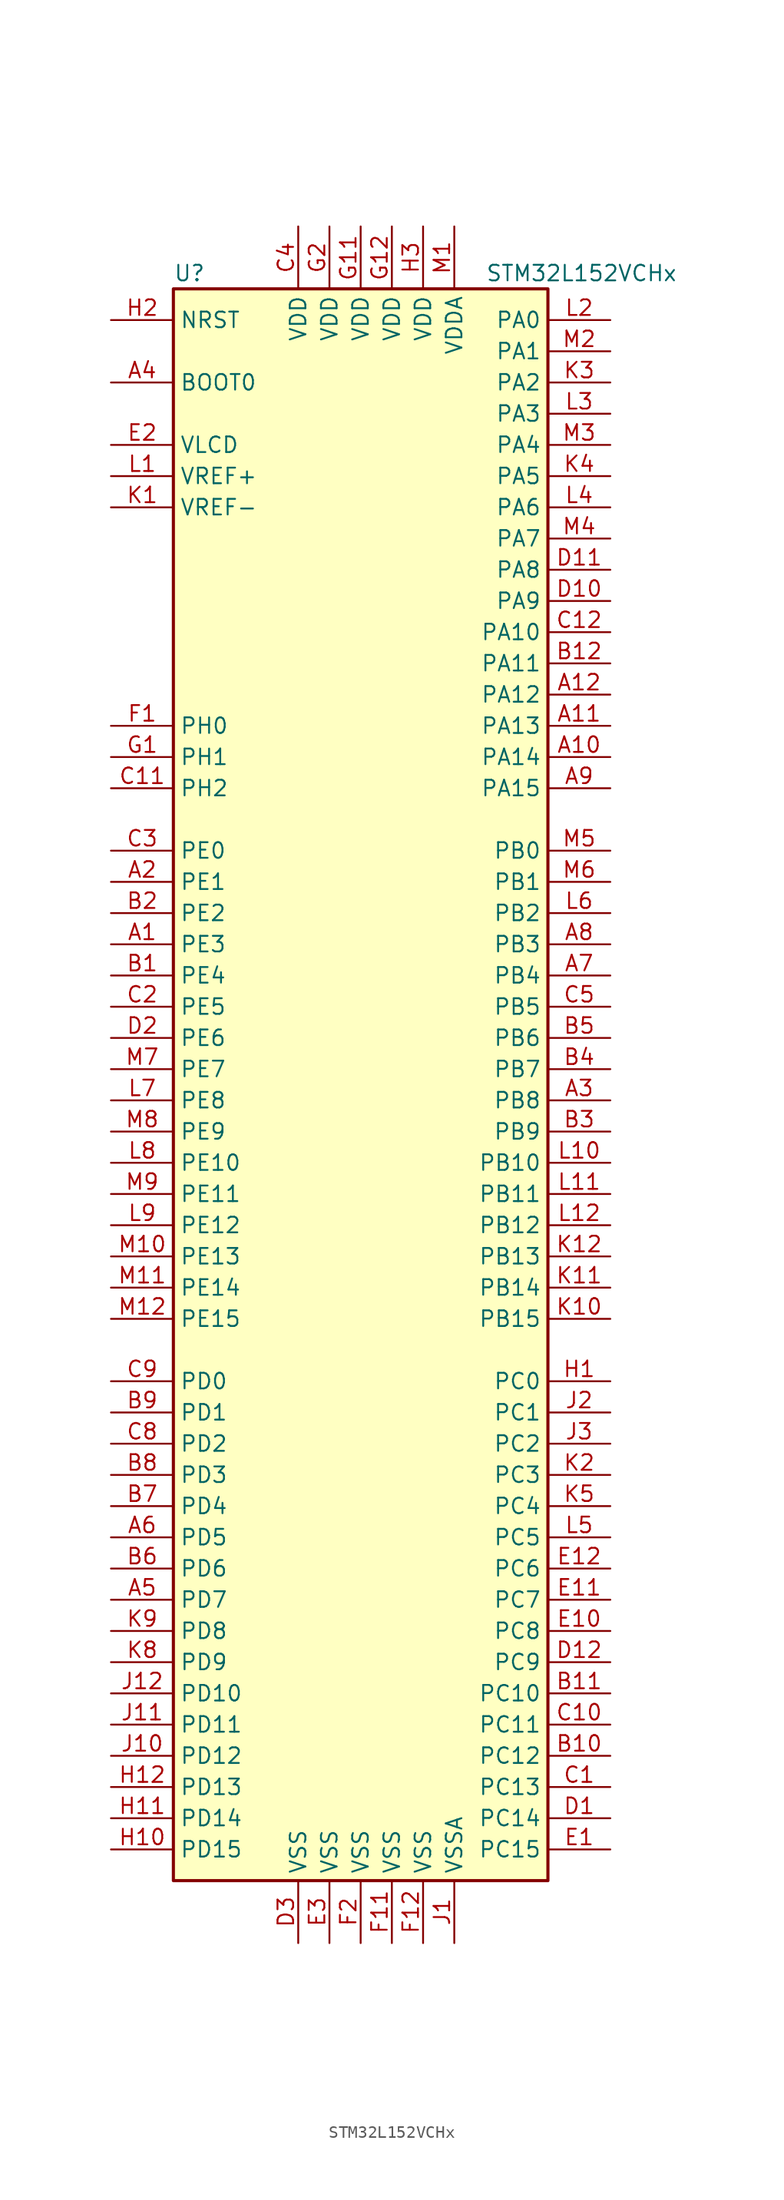
<source format=kicad_sym>
(kicad_symbol_lib
  (version 20211014)
  (generator kicad_symbol_editor)
  (symbol "STM32L152VCHx"
    (property "Reference" "U"
      (at -15.24 64.77 0)
      (effects (font (size 1.27 1.27)) (justify left)))
    (property "Value" "STM32L152VCHx"
      (at 10.16 64.77 0)
      (effects (font (size 1.27 1.27)) (justify left)))
    (symbol "STM32L152VCHx_0_1"
      (rectangle (start -15.24 -66.04) (end 15.24 63.5) (stroke (width 0.254) (type default) (color 0 0 0 0)) (fill (type background))))
    (symbol "STM32L152VCHx_1_1"
      (pin bidirectional line (at -20.32 10.16 0) (length 5.08) (name "PE3" (effects (font (size 1.27 1.27)))) (number "A1" (effects (font (size 1.27 1.27)))))
      (pin bidirectional line (at 20.32 25.4 180) (length 5.08) (name "PA14" (effects (font (size 1.27 1.27)))) (number "A10" (effects (font (size 1.27 1.27)))))
      (pin bidirectional line (at 20.32 27.94 180) (length 5.08) (name "PA13" (effects (font (size 1.27 1.27)))) (number "A11" (effects (font (size 1.27 1.27)))))
      (pin bidirectional line (at 20.32 30.48 180) (length 5.08) (name "PA12" (effects (font (size 1.27 1.27)))) (number "A12" (effects (font (size 1.27 1.27)))))
      (pin bidirectional line (at -20.32 15.24 0) (length 5.08) (name "PE1" (effects (font (size 1.27 1.27)))) (number "A2" (effects (font (size 1.27 1.27)))))
      (pin bidirectional line (at 20.32 -2.54 180) (length 5.08) (name "PB8" (effects (font (size 1.27 1.27)))) (number "A3" (effects (font (size 1.27 1.27)))))
      (pin input line (at -20.32 55.88 0) (length 5.08) (name "BOOT0" (effects (font (size 1.27 1.27)))) (number "A4" (effects (font (size 1.27 1.27)))))
      (pin bidirectional line (at -20.32 -43.18 0) (length 5.08) (name "PD7" (effects (font (size 1.27 1.27)))) (number "A5" (effects (font (size 1.27 1.27)))))
      (pin bidirectional line (at -20.32 -38.1 0) (length 5.08) (name "PD5" (effects (font (size 1.27 1.27)))) (number "A6" (effects (font (size 1.27 1.27)))))
      (pin bidirectional line (at 20.32 7.62 180) (length 5.08) (name "PB4" (effects (font (size 1.27 1.27)))) (number "A7" (effects (font (size 1.27 1.27)))))
      (pin bidirectional line (at 20.32 10.16 180) (length 5.08) (name "PB3" (effects (font (size 1.27 1.27)))) (number "A8" (effects (font (size 1.27 1.27)))))
      (pin bidirectional line (at 20.32 22.86 180) (length 5.08) (name "PA15" (effects (font (size 1.27 1.27)))) (number "A9" (effects (font (size 1.27 1.27)))))
      (pin bidirectional line (at -20.32 7.62 0) (length 5.08) (name "PE4" (effects (font (size 1.27 1.27)))) (number "B1" (effects (font (size 1.27 1.27)))))
      (pin bidirectional line (at 20.32 -55.88 180) (length 5.08) (name "PC12" (effects (font (size 1.27 1.27)))) (number "B10" (effects (font (size 1.27 1.27)))))
      (pin bidirectional line (at 20.32 -50.8 180) (length 5.08) (name "PC10" (effects (font (size 1.27 1.27)))) (number "B11" (effects (font (size 1.27 1.27)))))
      (pin bidirectional line (at 20.32 33.02 180) (length 5.08) (name "PA11" (effects (font (size 1.27 1.27)))) (number "B12" (effects (font (size 1.27 1.27)))))
      (pin bidirectional line (at -20.32 12.7 0) (length 5.08) (name "PE2" (effects (font (size 1.27 1.27)))) (number "B2" (effects (font (size 1.27 1.27)))))
      (pin bidirectional line (at 20.32 -5.08 180) (length 5.08) (name "PB9" (effects (font (size 1.27 1.27)))) (number "B3" (effects (font (size 1.27 1.27)))))
      (pin bidirectional line (at 20.32 0 180) (length 5.08) (name "PB7" (effects (font (size 1.27 1.27)))) (number "B4" (effects (font (size 1.27 1.27)))))
      (pin bidirectional line (at 20.32 2.54 180) (length 5.08) (name "PB6" (effects (font (size 1.27 1.27)))) (number "B5" (effects (font (size 1.27 1.27)))))
      (pin bidirectional line (at -20.32 -40.64 0) (length 5.08) (name "PD6" (effects (font (size 1.27 1.27)))) (number "B6" (effects (font (size 1.27 1.27)))))
      (pin bidirectional line (at -20.32 -35.56 0) (length 5.08) (name "PD4" (effects (font (size 1.27 1.27)))) (number "B7" (effects (font (size 1.27 1.27)))))
      (pin bidirectional line (at -20.32 -33.02 0) (length 5.08) (name "PD3" (effects (font (size 1.27 1.27)))) (number "B8" (effects (font (size 1.27 1.27)))))
      (pin bidirectional line (at -20.32 -27.94 0) (length 5.08) (name "PD1" (effects (font (size 1.27 1.27)))) (number "B9" (effects (font (size 1.27 1.27)))))
      (pin bidirectional line (at 20.32 -58.42 180) (length 5.08) (name "PC13" (effects (font (size 1.27 1.27)))) (number "C1" (effects (font (size 1.27 1.27)))))
      (pin bidirectional line (at 20.32 -53.34 180) (length 5.08) (name "PC11" (effects (font (size 1.27 1.27)))) (number "C10" (effects (font (size 1.27 1.27)))))
      (pin bidirectional line (at -20.32 22.86 0) (length 5.08) (name "PH2" (effects (font (size 1.27 1.27)))) (number "C11" (effects (font (size 1.27 1.27)))))
      (pin bidirectional line (at 20.32 35.56 180) (length 5.08) (name "PA10" (effects (font (size 1.27 1.27)))) (number "C12" (effects (font (size 1.27 1.27)))))
      (pin bidirectional line (at -20.32 5.08 0) (length 5.08) (name "PE5" (effects (font (size 1.27 1.27)))) (number "C2" (effects (font (size 1.27 1.27)))))
      (pin bidirectional line (at -20.32 17.78 0) (length 5.08) (name "PE0" (effects (font (size 1.27 1.27)))) (number "C3" (effects (font (size 1.27 1.27)))))
      (pin power_in line (at -5.08 68.58 270) (length 5.08) (name "VDD" (effects (font (size 1.27 1.27)))) (number "C4" (effects (font (size 1.27 1.27)))))
      (pin bidirectional line (at 20.32 5.08 180) (length 5.08) (name "PB5" (effects (font (size 1.27 1.27)))) (number "C5" (effects (font (size 1.27 1.27)))))
      (pin bidirectional line (at -20.32 -30.48 0) (length 5.08) (name "PD2" (effects (font (size 1.27 1.27)))) (number "C8" (effects (font (size 1.27 1.27)))))
      (pin bidirectional line (at -20.32 -25.4 0) (length 5.08) (name "PD0" (effects (font (size 1.27 1.27)))) (number "C9" (effects (font (size 1.27 1.27)))))
      (pin bidirectional line (at 20.32 -60.96 180) (length 5.08) (name "PC14" (effects (font (size 1.27 1.27)))) (number "D1" (effects (font (size 1.27 1.27)))))
      (pin bidirectional line (at 20.32 38.1 180) (length 5.08) (name "PA9" (effects (font (size 1.27 1.27)))) (number "D10" (effects (font (size 1.27 1.27)))))
      (pin bidirectional line (at 20.32 40.64 180) (length 5.08) (name "PA8" (effects (font (size 1.27 1.27)))) (number "D11" (effects (font (size 1.27 1.27)))))
      (pin bidirectional line (at 20.32 -48.26 180) (length 5.08) (name "PC9" (effects (font (size 1.27 1.27)))) (number "D12" (effects (font (size 1.27 1.27)))))
      (pin bidirectional line (at -20.32 2.54 0) (length 5.08) (name "PE6" (effects (font (size 1.27 1.27)))) (number "D2" (effects (font (size 1.27 1.27)))))
      (pin power_in line (at -5.08 -71.12 90) (length 5.08) (name "VSS" (effects (font (size 1.27 1.27)))) (number "D3" (effects (font (size 1.27 1.27)))))
      (pin bidirectional line (at 20.32 -63.5 180) (length 5.08) (name "PC15" (effects (font (size 1.27 1.27)))) (number "E1" (effects (font (size 1.27 1.27)))))
      (pin bidirectional line (at 20.32 -45.72 180) (length 5.08) (name "PC8" (effects (font (size 1.27 1.27)))) (number "E10" (effects (font (size 1.27 1.27)))))
      (pin bidirectional line (at 20.32 -43.18 180) (length 5.08) (name "PC7" (effects (font (size 1.27 1.27)))) (number "E11" (effects (font (size 1.27 1.27)))))
      (pin bidirectional line (at 20.32 -40.64 180) (length 5.08) (name "PC6" (effects (font (size 1.27 1.27)))) (number "E12" (effects (font (size 1.27 1.27)))))
      (pin power_in line (at -20.32 50.8 0) (length 5.08) (name "VLCD" (effects (font (size 1.27 1.27)))) (number "E2" (effects (font (size 1.27 1.27)))))
      (pin power_in line (at -2.54 -71.12 90) (length 5.08) (name "VSS" (effects (font (size 1.27 1.27)))) (number "E3" (effects (font (size 1.27 1.27)))))
      (pin input line (at -20.32 27.94 0) (length 5.08) (name "PH0" (effects (font (size 1.27 1.27)))) (number "F1" (effects (font (size 1.27 1.27)))))
      (pin power_in line (at 2.54 -71.12 90) (length 5.08) (name "VSS" (effects (font (size 1.27 1.27)))) (number "F11" (effects (font (size 1.27 1.27)))))
      (pin power_in line (at 5.08 -71.12 90) (length 5.08) (name "VSS" (effects (font (size 1.27 1.27)))) (number "F12" (effects (font (size 1.27 1.27)))))
      (pin power_in line (at 0 -71.12 90) (length 5.08) (name "VSS" (effects (font (size 1.27 1.27)))) (number "F2" (effects (font (size 1.27 1.27)))))
      (pin input line (at -20.32 25.4 0) (length 5.08) (name "PH1" (effects (font (size 1.27 1.27)))) (number "G1" (effects (font (size 1.27 1.27)))))
      (pin power_in line (at 0 68.58 270) (length 5.08) (name "VDD" (effects (font (size 1.27 1.27)))) (number "G11" (effects (font (size 1.27 1.27)))))
      (pin power_in line (at 2.54 68.58 270) (length 5.08) (name "VDD" (effects (font (size 1.27 1.27)))) (number "G12" (effects (font (size 1.27 1.27)))))
      (pin power_in line (at -2.54 68.58 270) (length 5.08) (name "VDD" (effects (font (size 1.27 1.27)))) (number "G2" (effects (font (size 1.27 1.27)))))
      (pin bidirectional line (at 20.32 -25.4 180) (length 5.08) (name "PC0" (effects (font (size 1.27 1.27)))) (number "H1" (effects (font (size 1.27 1.27)))))
      (pin bidirectional line (at -20.32 -63.5 0) (length 5.08) (name "PD15" (effects (font (size 1.27 1.27)))) (number "H10" (effects (font (size 1.27 1.27)))))
      (pin bidirectional line (at -20.32 -60.96 0) (length 5.08) (name "PD14" (effects (font (size 1.27 1.27)))) (number "H11" (effects (font (size 1.27 1.27)))))
      (pin bidirectional line (at -20.32 -58.42 0) (length 5.08) (name "PD13" (effects (font (size 1.27 1.27)))) (number "H12" (effects (font (size 1.27 1.27)))))
      (pin input line (at -20.32 60.96 0) (length 5.08) (name "NRST" (effects (font (size 1.27 1.27)))) (number "H2" (effects (font (size 1.27 1.27)))))
      (pin power_in line (at 5.08 68.58 270) (length 5.08) (name "VDD" (effects (font (size 1.27 1.27)))) (number "H3" (effects (font (size 1.27 1.27)))))
      (pin power_in line (at 7.62 -71.12 90) (length 5.08) (name "VSSA" (effects (font (size 1.27 1.27)))) (number "J1" (effects (font (size 1.27 1.27)))))
      (pin bidirectional line (at -20.32 -55.88 0) (length 5.08) (name "PD12" (effects (font (size 1.27 1.27)))) (number "J10" (effects (font (size 1.27 1.27)))))
      (pin bidirectional line (at -20.32 -53.34 0) (length 5.08) (name "PD11" (effects (font (size 1.27 1.27)))) (number "J11" (effects (font (size 1.27 1.27)))))
      (pin bidirectional line (at -20.32 -50.8 0) (length 5.08) (name "PD10" (effects (font (size 1.27 1.27)))) (number "J12" (effects (font (size 1.27 1.27)))))
      (pin bidirectional line (at 20.32 -27.94 180) (length 5.08) (name "PC1" (effects (font (size 1.27 1.27)))) (number "J2" (effects (font (size 1.27 1.27)))))
      (pin bidirectional line (at 20.32 -30.48 180) (length 5.08) (name "PC2" (effects (font (size 1.27 1.27)))) (number "J3" (effects (font (size 1.27 1.27)))))
      (pin power_in line (at -20.32 45.72 0) (length 5.08) (name "VREF-" (effects (font (size 1.27 1.27)))) (number "K1" (effects (font (size 1.27 1.27)))))
      (pin bidirectional line (at 20.32 -20.32 180) (length 5.08) (name "PB15" (effects (font (size 1.27 1.27)))) (number "K10" (effects (font (size 1.27 1.27)))))
      (pin bidirectional line (at 20.32 -17.78 180) (length 5.08) (name "PB14" (effects (font (size 1.27 1.27)))) (number "K11" (effects (font (size 1.27 1.27)))))
      (pin bidirectional line (at 20.32 -15.24 180) (length 5.08) (name "PB13" (effects (font (size 1.27 1.27)))) (number "K12" (effects (font (size 1.27 1.27)))))
      (pin bidirectional line (at 20.32 -33.02 180) (length 5.08) (name "PC3" (effects (font (size 1.27 1.27)))) (number "K2" (effects (font (size 1.27 1.27)))))
      (pin bidirectional line (at 20.32 55.88 180) (length 5.08) (name "PA2" (effects (font (size 1.27 1.27)))) (number "K3" (effects (font (size 1.27 1.27)))))
      (pin bidirectional line (at 20.32 48.26 180) (length 5.08) (name "PA5" (effects (font (size 1.27 1.27)))) (number "K4" (effects (font (size 1.27 1.27)))))
      (pin bidirectional line (at 20.32 -35.56 180) (length 5.08) (name "PC4" (effects (font (size 1.27 1.27)))) (number "K5" (effects (font (size 1.27 1.27)))))
      (pin bidirectional line (at -20.32 -48.26 0) (length 5.08) (name "PD9" (effects (font (size 1.27 1.27)))) (number "K8" (effects (font (size 1.27 1.27)))))
      (pin bidirectional line (at -20.32 -45.72 0) (length 5.08) (name "PD8" (effects (font (size 1.27 1.27)))) (number "K9" (effects (font (size 1.27 1.27)))))
      (pin power_in line (at -20.32 48.26 0) (length 5.08) (name "VREF+" (effects (font (size 1.27 1.27)))) (number "L1" (effects (font (size 1.27 1.27)))))
      (pin bidirectional line (at 20.32 -7.62 180) (length 5.08) (name "PB10" (effects (font (size 1.27 1.27)))) (number "L10" (effects (font (size 1.27 1.27)))))
      (pin bidirectional line (at 20.32 -10.16 180) (length 5.08) (name "PB11" (effects (font (size 1.27 1.27)))) (number "L11" (effects (font (size 1.27 1.27)))))
      (pin bidirectional line (at 20.32 -12.7 180) (length 5.08) (name "PB12" (effects (font (size 1.27 1.27)))) (number "L12" (effects (font (size 1.27 1.27)))))
      (pin bidirectional line (at 20.32 60.96 180) (length 5.08) (name "PA0" (effects (font (size 1.27 1.27)))) (number "L2" (effects (font (size 1.27 1.27)))))
      (pin bidirectional line (at 20.32 53.34 180) (length 5.08) (name "PA3" (effects (font (size 1.27 1.27)))) (number "L3" (effects (font (size 1.27 1.27)))))
      (pin bidirectional line (at 20.32 45.72 180) (length 5.08) (name "PA6" (effects (font (size 1.27 1.27)))) (number "L4" (effects (font (size 1.27 1.27)))))
      (pin bidirectional line (at 20.32 -38.1 180) (length 5.08) (name "PC5" (effects (font (size 1.27 1.27)))) (number "L5" (effects (font (size 1.27 1.27)))))
      (pin bidirectional line (at 20.32 12.7 180) (length 5.08) (name "PB2" (effects (font (size 1.27 1.27)))) (number "L6" (effects (font (size 1.27 1.27)))))
      (pin bidirectional line (at -20.32 -2.54 0) (length 5.08) (name "PE8" (effects (font (size 1.27 1.27)))) (number "L7" (effects (font (size 1.27 1.27)))))
      (pin bidirectional line (at -20.32 -7.62 0) (length 5.08) (name "PE10" (effects (font (size 1.27 1.27)))) (number "L8" (effects (font (size 1.27 1.27)))))
      (pin bidirectional line (at -20.32 -12.7 0) (length 5.08) (name "PE12" (effects (font (size 1.27 1.27)))) (number "L9" (effects (font (size 1.27 1.27)))))
      (pin power_in line (at 7.62 68.58 270) (length 5.08) (name "VDDA" (effects (font (size 1.27 1.27)))) (number "M1" (effects (font (size 1.27 1.27)))))
      (pin bidirectional line (at -20.32 -15.24 0) (length 5.08) (name "PE13" (effects (font (size 1.27 1.27)))) (number "M10" (effects (font (size 1.27 1.27)))))
      (pin bidirectional line (at -20.32 -17.78 0) (length 5.08) (name "PE14" (effects (font (size 1.27 1.27)))) (number "M11" (effects (font (size 1.27 1.27)))))
      (pin bidirectional line (at -20.32 -20.32 0) (length 5.08) (name "PE15" (effects (font (size 1.27 1.27)))) (number "M12" (effects (font (size 1.27 1.27)))))
      (pin bidirectional line (at 20.32 58.42 180) (length 5.08) (name "PA1" (effects (font (size 1.27 1.27)))) (number "M2" (effects (font (size 1.27 1.27)))))
      (pin bidirectional line (at 20.32 50.8 180) (length 5.08) (name "PA4" (effects (font (size 1.27 1.27)))) (number "M3" (effects (font (size 1.27 1.27)))))
      (pin bidirectional line (at 20.32 43.18 180) (length 5.08) (name "PA7" (effects (font (size 1.27 1.27)))) (number "M4" (effects (font (size 1.27 1.27)))))
      (pin bidirectional line (at 20.32 17.78 180) (length 5.08) (name "PB0" (effects (font (size 1.27 1.27)))) (number "M5" (effects (font (size 1.27 1.27)))))
      (pin bidirectional line (at 20.32 15.24 180) (length 5.08) (name "PB1" (effects (font (size 1.27 1.27)))) (number "M6" (effects (font (size 1.27 1.27)))))
      (pin bidirectional line (at -20.32 0 0) (length 5.08) (name "PE7" (effects (font (size 1.27 1.27)))) (number "M7" (effects (font (size 1.27 1.27)))))
      (pin bidirectional line (at -20.32 -5.08 0) (length 5.08) (name "PE9" (effects (font (size 1.27 1.27)))) (number "M8" (effects (font (size 1.27 1.27)))))
      (pin bidirectional line (at -20.32 -10.16 0) (length 5.08) (name "PE11" (effects (font (size 1.27 1.27)))) (number "M9" (effects (font (size 1.27 1.27))))))))
</source>
